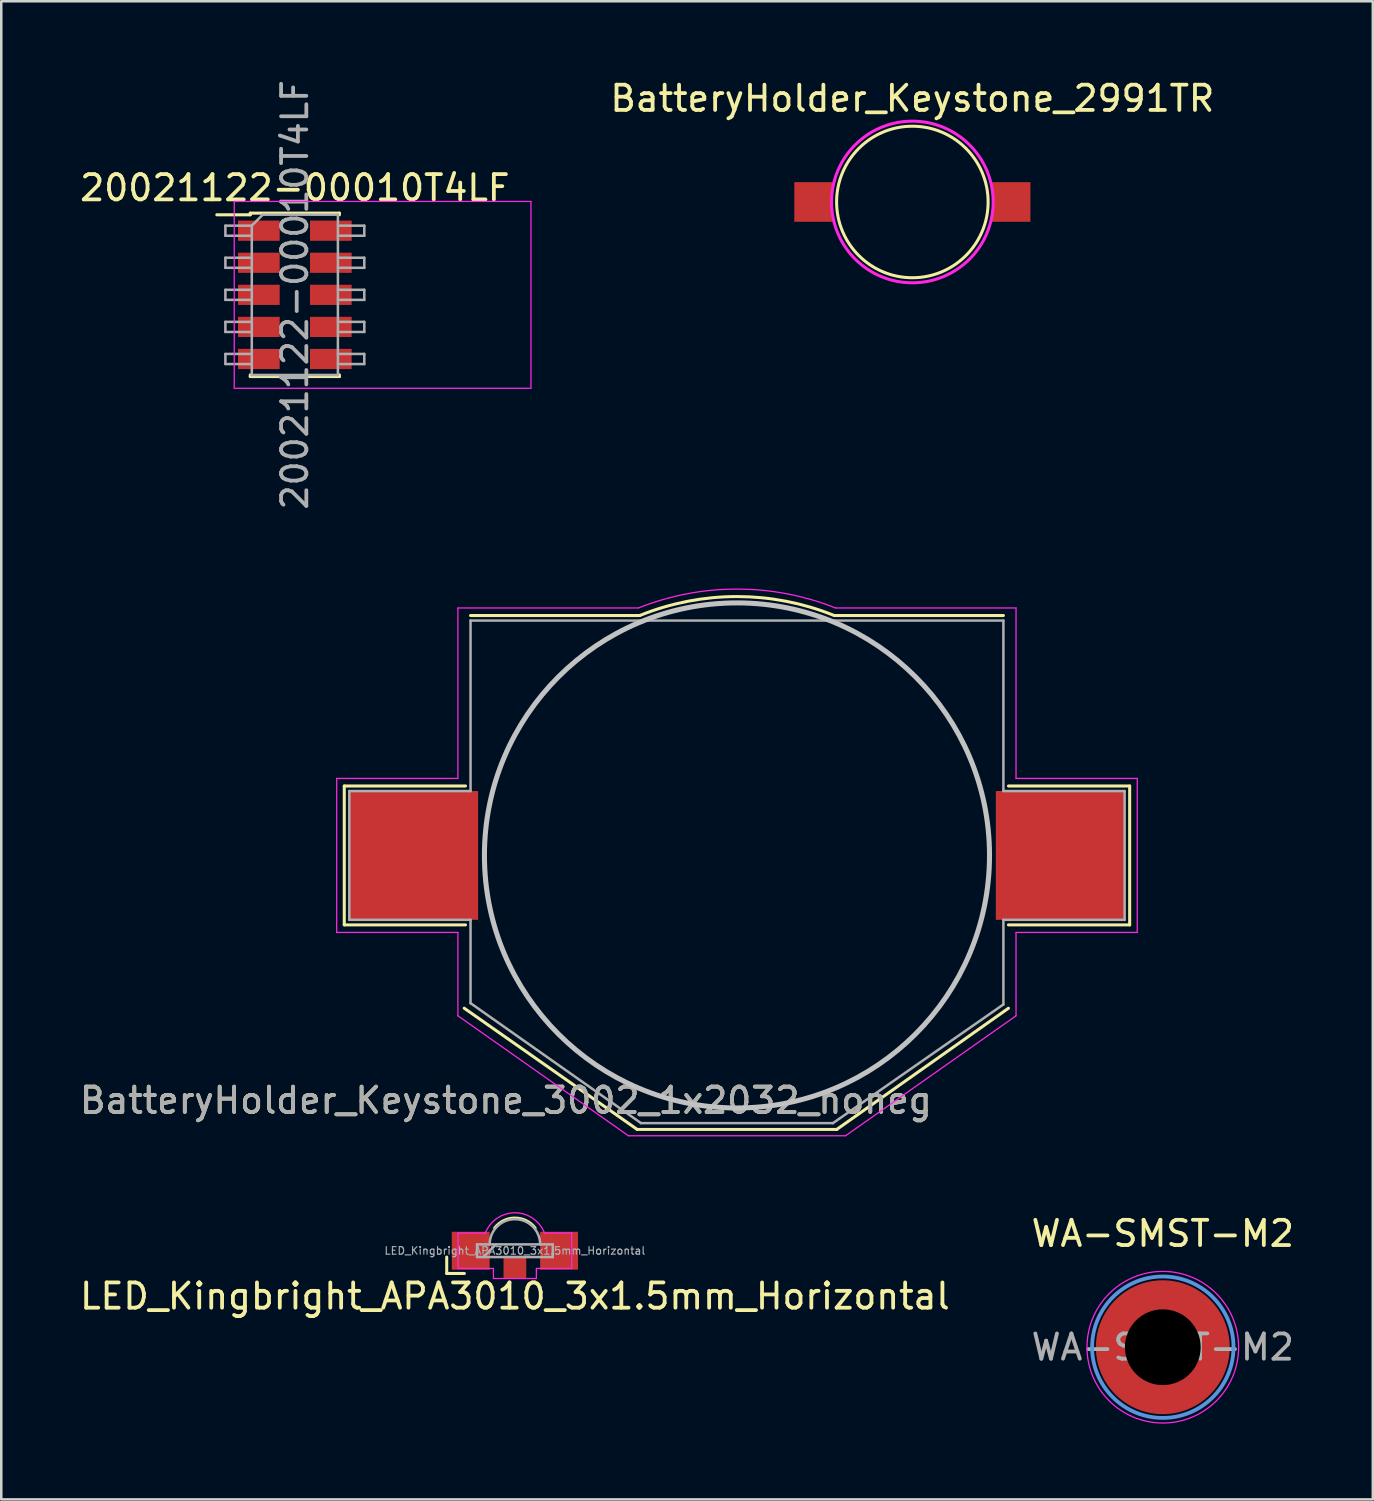
<source format=kicad_pcb>
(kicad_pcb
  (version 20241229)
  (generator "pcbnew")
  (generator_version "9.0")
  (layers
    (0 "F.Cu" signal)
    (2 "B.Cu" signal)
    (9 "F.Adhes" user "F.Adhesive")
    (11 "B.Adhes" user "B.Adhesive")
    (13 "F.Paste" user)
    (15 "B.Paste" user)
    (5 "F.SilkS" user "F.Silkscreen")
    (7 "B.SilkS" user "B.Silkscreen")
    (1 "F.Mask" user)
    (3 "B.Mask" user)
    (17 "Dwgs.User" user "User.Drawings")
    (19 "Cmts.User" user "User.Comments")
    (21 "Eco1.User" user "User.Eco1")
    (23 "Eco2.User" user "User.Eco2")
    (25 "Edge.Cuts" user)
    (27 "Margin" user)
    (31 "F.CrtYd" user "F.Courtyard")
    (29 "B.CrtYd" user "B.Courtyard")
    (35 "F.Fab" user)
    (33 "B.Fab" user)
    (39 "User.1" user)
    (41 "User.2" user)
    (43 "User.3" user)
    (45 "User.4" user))
  (footprint "20021122-00010T4LF"
    (layer "F.Cu")
    (at 8.625 8.625)
    (property "Reference" "20021122-00010T4LF" (at 0 -4.235 0) (layer "F.SilkS") (effects (font (size 1 1) (thickness 0.15))))
    (attr smd)
    (fp_line (start -3.09 -3.17) (end -1.765 -3.17) (stroke (width 0.12) (type solid)) (layer "F.SilkS"))
    (fp_line (start -1.765 -3.235) (end -1.765 -3.17) (stroke (width 0.12) (type solid)) (layer "F.SilkS"))
    (fp_line (start -1.765 -3.235) (end 1.765 -3.235) (stroke (width 0.12) (type solid)) (layer "F.SilkS"))
    (fp_line (start -1.765 3.17) (end -1.765 3.235) (stroke (width 0.12) (type solid)) (layer "F.SilkS"))
    (fp_line (start -1.765 3.235) (end 1.765 3.235) (stroke (width 0.12) (type solid)) (layer "F.SilkS"))
    (fp_line (start 1.765 -3.235) (end 1.765 -3.17) (stroke (width 0.12) (type solid)) (layer "F.SilkS"))
    (fp_line (start 1.765 3.17) (end 1.765 3.235) (stroke (width 0.12) (type solid)) (layer "F.SilkS"))
    (fp_line (start -2.4 -3.7) (end -2.4 3.7) (stroke (width 0.05) (type solid)) (layer "F.CrtYd"))
    (fp_line (start -2.4 3.7) (end 9.35 3.7) (stroke (width 0.05) (type solid)) (layer "F.CrtYd"))
    (fp_line (start 9.35 -3.7) (end -2.4 -3.7) (stroke (width 0.05) (type solid)) (layer "F.CrtYd"))
    (fp_line (start 9.35 3.7) (end 9.35 -3.7) (stroke (width 0.05) (type solid)) (layer "F.CrtYd"))
    (fp_line (start -2.75 -2.74) (end -2.75 -2.34) (stroke (width 0.1) (type solid)) (layer "F.Fab"))
    (fp_line (start -2.75 -2.34) (end -1.705 -2.34) (stroke (width 0.1) (type solid)) (layer "F.Fab"))
    (fp_line (start -2.75 -1.47) (end -2.75 -1.07) (stroke (width 0.1) (type solid)) (layer "F.Fab"))
    (fp_line (start -2.75 -1.07) (end -1.705 -1.07) (stroke (width 0.1) (type solid)) (layer "F.Fab"))
    (fp_line (start -2.75 -0.2) (end -2.75 0.2) (stroke (width 0.1) (type solid)) (layer "F.Fab"))
    (fp_line (start -2.75 0.2) (end -1.705 0.2) (stroke (width 0.1) (type solid)) (layer "F.Fab"))
    (fp_line (start -2.75 1.07) (end -2.75 1.47) (stroke (width 0.1) (type solid)) (layer "F.Fab"))
    (fp_line (start -2.75 1.47) (end -1.705 1.47) (stroke (width 0.1) (type solid)) (layer "F.Fab"))
    (fp_line (start -2.75 2.34) (end -2.75 2.74) (stroke (width 0.1) (type solid)) (layer "F.Fab"))
    (fp_line (start -2.75 2.74) (end -1.705 2.74) (stroke (width 0.1) (type solid)) (layer "F.Fab"))
    (fp_line (start -1.705 -2.74) (end -2.75 -2.74) (stroke (width 0.1) (type solid)) (layer "F.Fab"))
    (fp_line (start -1.705 -2.74) (end -1.27 -3.175) (stroke (width 0.1) (type solid)) (layer "F.Fab"))
    (fp_line (start -1.705 -1.47) (end -2.75 -1.47) (stroke (width 0.1) (type solid)) (layer "F.Fab"))
    (fp_line (start -1.705 -0.2) (end -2.75 -0.2) (stroke (width 0.1) (type solid)) (layer "F.Fab"))
    (fp_line (start -1.705 1.07) (end -2.75 1.07) (stroke (width 0.1) (type solid)) (layer "F.Fab"))
    (fp_line (start -1.705 2.34) (end -2.75 2.34) (stroke (width 0.1) (type solid)) (layer "F.Fab"))
    (fp_line (start -1.705 3.175) (end -1.705 -2.74) (stroke (width 0.1) (type solid)) (layer "F.Fab"))
    (fp_line (start -1.27 -3.175) (end 1.705 -3.175) (stroke (width 0.1) (type solid)) (layer "F.Fab"))
    (fp_line (start 1.705 -3.175) (end 1.705 3.175) (stroke (width 0.1) (type solid)) (layer "F.Fab"))
    (fp_line (start 1.705 -2.74) (end 2.75 -2.74) (stroke (width 0.1) (type solid)) (layer "F.Fab"))
    (fp_line (start 1.705 -1.47) (end 2.75 -1.47) (stroke (width 0.1) (type solid)) (layer "F.Fab"))
    (fp_line (start 1.705 -0.2) (end 2.75 -0.2) (stroke (width 0.1) (type solid)) (layer "F.Fab"))
    (fp_line (start 1.705 1.07) (end 2.75 1.07) (stroke (width 0.1) (type solid)) (layer "F.Fab"))
    (fp_line (start 1.705 2.34) (end 2.75 2.34) (stroke (width 0.1) (type solid)) (layer "F.Fab"))
    (fp_line (start 1.705 3.175) (end -1.705 3.175) (stroke (width 0.1) (type solid)) (layer "F.Fab"))
    (fp_line (start 2.75 -2.74) (end 2.75 -2.34) (stroke (width 0.1) (type solid)) (layer "F.Fab"))
    (fp_line (start 2.75 -2.34) (end 1.705 -2.34) (stroke (width 0.1) (type solid)) (layer "F.Fab"))
    (fp_line (start 2.75 -1.47) (end 2.75 -1.07) (stroke (width 0.1) (type solid)) (layer "F.Fab"))
    (fp_line (start 2.75 -1.07) (end 1.705 -1.07) (stroke (width 0.1) (type solid)) (layer "F.Fab"))
    (fp_line (start 2.75 -0.2) (end 2.75 0.2) (stroke (width 0.1) (type solid)) (layer "F.Fab"))
    (fp_line (start 2.75 0.2) (end 1.705 0.2) (stroke (width 0.1) (type solid)) (layer "F.Fab"))
    (fp_line (start 2.75 1.07) (end 2.75 1.47) (stroke (width 0.1) (type solid)) (layer "F.Fab"))
    (fp_line (start 2.75 1.47) (end 1.705 1.47) (stroke (width 0.1) (type solid)) (layer "F.Fab"))
    (fp_line (start 2.75 2.34) (end 2.75 2.74) (stroke (width 0.1) (type solid)) (layer "F.Fab"))
    (fp_line (start 2.75 2.74) (end 1.705 2.74) (stroke (width 0.1) (type solid)) (layer "F.Fab"))
    (fp_text user "${REFERENCE}" (at 0 0 90) (layer "F.Fab") (effects (font (size 1 1) (thickness 0.15))))
    (pad "1" smd rect (at -1.425 -2.54) (size 1.65 0.8) (layers "F.Cu" "F.Mask" "F.Paste"))
    (pad "2" smd rect (at 1.425 -2.54) (size 1.65 0.8) (layers "F.Cu" "F.Mask" "F.Paste"))
    (pad "3" smd rect (at -1.425 -1.27) (size 1.65 0.8) (layers "F.Cu" "F.Mask" "F.Paste"))
    (pad "4" smd rect (at 1.425 -1.27) (size 1.65 0.8) (layers "F.Cu" "F.Mask" "F.Paste"))
    (pad "5" smd rect (at -1.425 0) (size 1.65 0.8) (layers "F.Cu" "F.Mask" "F.Paste"))
    (pad "6" smd rect (at 1.425 0) (size 1.65 0.8) (layers "F.Cu" "F.Mask" "F.Paste"))
    (pad "7" smd rect (at -1.425 1.27) (size 1.65 0.8) (layers "F.Cu" "F.Mask" "F.Paste"))
    (pad "8" smd rect (at 1.425 1.27) (size 1.65 0.8) (layers "F.Cu" "F.Mask" "F.Paste"))
    (pad "9" smd rect (at -1.425 2.54) (size 1.65 0.8) (layers "F.Cu" "F.Mask" "F.Paste"))
    (pad "10" smd rect (at 1.425 2.54) (size 1.65 0.8) (layers "F.Cu" "F.Mask" "F.Paste")))
  (footprint "LED_Kingbright_APA3010_3x1.5mm_Horizontal"
    (layer "F.Cu")
    (at 17.339 46.476)
    (property "Reference" "LED_Kingbright_APA3010_3x1.5mm_Horizontal" (at 0 1.8 0) (layer "F.SilkS") (effects (font (size 1 1) (thickness 0.15))))
    (attr smd)
    (fp_line (start -2.7 0.25) (end -2.7 0.9) (stroke (width 0.12) (type solid)) (layer "F.SilkS"))
    (fp_line (start -2.7 0.9) (end -2 0.9) (stroke (width 0.12) (type solid)) (layer "F.SilkS"))
    (fp_arc (start -0.8 -0.9) (mid 0 -1.293971) (end 0.8 -0.9) (stroke (width 0.12) (type solid)) (layer "F.SilkS"))
    (fp_line (start -2.25 -0.7) (end -1.17 -0.7) (stroke (width 0.05) (type solid)) (layer "F.CrtYd"))
    (fp_line (start -2.25 0.7) (end -2.25 -0.7) (stroke (width 0.05) (type solid)) (layer "F.CrtYd"))
    (fp_line (start -2.25 0.7) (end -0.85 0.7) (stroke (width 0.05) (type solid)) (layer "F.CrtYd"))
    (fp_line (start -0.85 0.7) (end -0.85 1.1) (stroke (width 0.05) (type solid)) (layer "F.CrtYd"))
    (fp_line (start -0.85 1.1) (end 0.85 1.1) (stroke (width 0.05) (type solid)) (layer "F.CrtYd"))
    (fp_line (start 0.85 0.7) (end 2.25 0.7) (stroke (width 0.05) (type solid)) (layer "F.CrtYd"))
    (fp_line (start 0.85 1.1) (end 0.85 0.7) (stroke (width 0.05) (type solid)) (layer "F.CrtYd"))
    (fp_line (start 2.25 -0.7) (end 1.17 -0.7) (stroke (width 0.05) (type solid)) (layer "F.CrtYd"))
    (fp_line (start 2.25 0.7) (end 2.25 -0.7) (stroke (width 0.05) (type solid)) (layer "F.CrtYd"))
    (fp_arc (start -1.17 -0.7) (mid 0 -1.503555) (end 1.17 -0.7) (stroke (width 0.05) (type solid)) (layer "F.CrtYd"))
    (fp_line (start -1.5 -0.25) (end -1.5 0.25) (stroke (width 0.1) (type solid)) (layer "F.Fab"))
    (fp_line (start -1.5 0.25) (end 1.5 0.25) (stroke (width 0.1) (type solid)) (layer "F.Fab"))
    (fp_line (start -0.75 -0.25) (end -1.25 0.25) (stroke (width 0.1) (type solid)) (layer "F.Fab"))
    (fp_line (start 1.5 -0.25) (end -1.5 -0.25) (stroke (width 0.1) (type solid)) (layer "F.Fab"))
    (fp_line (start 1.5 0.25) (end 1.5 -0.25) (stroke (width 0.1) (type solid)) (layer "F.Fab"))
    (fp_arc (start -1 -0.25) (mid 0 -1.25) (end 1 -0.25) (stroke (width 0.1) (type solid)) (layer "F.Fab"))
    (fp_text user "${REFERENCE}" (at 0 0 0) (layer "F.Fab") (effects (font (size 0.3 0.3) (thickness 0.045))))
    (pad "0" smd rect (at 0 0.65) (size 0.9 0.9) (layers "F.Cu" "F.Mask" "F.Paste"))
    (pad "1" smd rect (at -1.75 0) (size 1.5 1.5) (layers "F.Cu" "F.Mask" "F.Paste"))
    (pad "2" smd rect (at 1.75 0) (size 1.5 1.5) (layers "F.Cu" "F.Mask" "F.Paste")))
  (footprint "BatteryHolder_Keystone_3002_1x2032_noneg"
    (layer "F.Cu")
    (at 26.132 30.823)
    (property "Reference" "BatteryHolder_Keystone_3002_1x2032_noneg" (at -9.15 9.7 0) (layer "F.SilkS") (effects (font (size 1 1) (thickness 0.15))))
    (attr smd)
    (fp_line (start -15.55 -2.75) (end -15.55 2.75) (stroke (width 0.12) (type solid)) (layer "F.SilkS"))
    (fp_line (start -15.55 2.75) (end -10.75 2.75) (stroke (width 0.12) (type solid)) (layer "F.SilkS"))
    (fp_line (start -10.8 6.05) (end -3.95 10.85) (stroke (width 0.12) (type solid)) (layer "F.SilkS"))
    (fp_line (start -10.75 -2.75) (end -15.55 -2.75) (stroke (width 0.12) (type solid)) (layer "F.SilkS"))
    (fp_line (start -10.55 -9.5) (end -3.85 -9.5) (stroke (width 0.12) (type solid)) (layer "F.SilkS"))
    (fp_line (start -3.95 10.85) (end 3.95 10.85) (stroke (width 0.12) (type solid)) (layer "F.SilkS"))
    (fp_line (start 3.95 10.85) (end 10.75 6.05) (stroke (width 0.12) (type solid)) (layer "F.SilkS"))
    (fp_line (start 10.55 -9.5) (end 3.85 -9.5) (stroke (width 0.12) (type solid)) (layer "F.SilkS"))
    (fp_line (start 10.75 2.75) (end 15.55 2.75) (stroke (width 0.12) (type solid)) (layer "F.SilkS"))
    (fp_line (start 15.55 -2.75) (end 10.75 -2.75) (stroke (width 0.12) (type solid)) (layer "F.SilkS"))
    (fp_line (start 15.55 2.75) (end 15.55 -2.75) (stroke (width 0.12) (type solid)) (layer "F.SilkS"))
    (fp_arc (start -3.846385 -9.501464) (mid 0.00195 -10.250487) (end 3.85 -9.5) (stroke (width 0.12) (type solid)) (layer "F.SilkS"))
    (fp_circle (center 0 0) (end 10 0) (stroke (width 0.2) (type solid)) (fill no) (layer "Dwgs.User"))
    (fp_line (start -15.85 -3.05) (end -11.05 -3.05) (stroke (width 0.05) (type solid)) (layer "F.CrtYd"))
    (fp_line (start -15.85 3.05) (end -15.85 -3.05) (stroke (width 0.05) (type solid)) (layer "F.CrtYd"))
    (fp_line (start -11.05 -9.8) (end -3.9 -9.8) (stroke (width 0.05) (type solid)) (layer "F.CrtYd"))
    (fp_line (start -11.05 -3.05) (end -11.05 -9.8) (stroke (width 0.05) (type solid)) (layer "F.CrtYd"))
    (fp_line (start -11.05 3.05) (end -15.85 3.05) (stroke (width 0.05) (type solid)) (layer "F.CrtYd"))
    (fp_line (start -11.05 6.35) (end -11.05 3.05) (stroke (width 0.05) (type solid)) (layer "F.CrtYd"))
    (fp_line (start -4.3 11.1) (end -11.05 6.35) (stroke (width 0.05) (type solid)) (layer "F.CrtYd"))
    (fp_line (start 4.3 11.1) (end -4.3 11.1) (stroke (width 0.05) (type solid)) (layer "F.CrtYd"))
    (fp_line (start 11.05 -9.8) (end 3.9 -9.8) (stroke (width 0.05) (type solid)) (layer "F.CrtYd"))
    (fp_line (start 11.05 -9.8) (end 11.05 -3.05) (stroke (width 0.05) (type solid)) (layer "F.CrtYd"))
    (fp_line (start 11.05 -3.05) (end 15.85 -3.05) (stroke (width 0.05) (type solid)) (layer "F.CrtYd"))
    (fp_line (start 11.05 3.05) (end 11.05 6.35) (stroke (width 0.05) (type solid)) (layer "F.CrtYd"))
    (fp_line (start 11.05 6.35) (end 4.3 11.1) (stroke (width 0.05) (type solid)) (layer "F.CrtYd"))
    (fp_line (start 15.85 -3.05) (end 15.85 3.05) (stroke (width 0.05) (type solid)) (layer "F.CrtYd"))
    (fp_line (start 15.85 3.05) (end 11.05 3.05) (stroke (width 0.05) (type solid)) (layer "F.CrtYd"))
    (fp_arc (start -3.9 -9.8) (mid 0 -10.547512) (end 3.9 -9.8) (stroke (width 0.05) (type solid)) (layer "F.CrtYd"))
    (fp_line (start -15.35 -2.55) (end -15.35 2.55) (stroke (width 0.1) (type solid)) (layer "F.Fab"))
    (fp_line (start -15.35 -2.55) (end -10.55 -2.55) (stroke (width 0.1) (type solid)) (layer "F.Fab"))
    (fp_line (start -15.35 2.55) (end -10.55 2.55) (stroke (width 0.1) (type solid)) (layer "F.Fab"))
    (fp_line (start -10.55 -2.55) (end -10.55 -9.3) (stroke (width 0.1) (type solid)) (layer "F.Fab"))
    (fp_line (start -10.55 2.55) (end -10.55 5.85) (stroke (width 0.1) (type solid)) (layer "F.Fab"))
    (fp_line (start -10.55 5.85) (end -3.8 10.6) (stroke (width 0.1) (type solid)) (layer "F.Fab"))
    (fp_line (start -3.8 10.6) (end 3.8 10.6) (stroke (width 0.1) (type solid)) (layer "F.Fab"))
    (fp_line (start 10.55 -9.3) (end -10.55 -9.3) (stroke (width 0.1) (type solid)) (layer "F.Fab"))
    (fp_line (start 10.55 -2.55) (end 10.55 -9.3) (stroke (width 0.1) (type solid)) (layer "F.Fab"))
    (fp_line (start 10.55 2.55) (end 10.55 5.9) (stroke (width 0.1) (type solid)) (layer "F.Fab"))
    (fp_line (start 10.55 2.55) (end 15.35 2.55) (stroke (width 0.1) (type solid)) (layer "F.Fab"))
    (fp_line (start 10.55 5.9) (end 3.8 10.6) (stroke (width 0.1) (type solid)) (layer "F.Fab"))
    (fp_line (start 15.35 -2.55) (end 10.55 -2.55) (stroke (width 0.1) (type solid)) (layer "F.Fab"))
    (fp_line (start 15.35 2.55) (end 15.35 -2.55) (stroke (width 0.1) (type solid)) (layer "F.Fab"))
    (fp_text user "${REFERENCE}" (at -9.15 9.7 0) (layer "F.Fab") (effects (font (size 1 1) (thickness 0.15))))
    (pad "1" smd rect (at -12.8 0) (size 5.1 5.1) (layers "F.Cu" "F.Mask" "F.Paste"))
    (pad "1" smd rect (at 12.8 0) (size 5.1 5.1) (layers "F.Cu" "F.Mask" "F.Paste")))
  (footprint "BatteryHolder_Keystone_2991TR"
    (layer "F.Cu")
    (at 33.077 4.948)
    (property "Reference" "BatteryHolder_Keystone_2991TR" (at 0 -4.1 0) (unlocked yes) (layer "F.SilkS") (effects (font (size 1 1) (thickness 0.15))))
    (attr smd)
    (fp_circle (center 0 0) (end 3 0) (stroke (width 0.12) (type solid)) (fill no) (layer "F.SilkS"))
    (fp_circle (center 0 0) (end 3.2 0) (stroke (width 0.12) (type solid)) (fill no) (layer "F.CrtYd"))
    (pad "2" smd rect (at -3.915 0) (size 1.52 1.57) (layers "F.Cu" "F.Mask" "F.Paste"))
    (pad "2" smd rect (at 3.915 0) (size 1.52 1.57) (layers "F.Cu" "F.Mask" "F.Paste")))
  (footprint "WA-SMST-M2"
    (layer "F.Cu")
    (at 42.994 50.296)
    (property "Reference" "WA-SMST-M2" (at 0 -4.5 0) (layer "F.SilkS") (effects (font (size 1 1) (thickness 0.15))))
    (attr exclude_from_pos_files exclude_from_bom)
    (fp_poly (pts (arc (start -2.517818 0.317819) (mid -1.798268 1.798268) (end -0.317819 2.517818)) (arc (start -0.317819 1.617819) (mid -1.168905 1.168905) (end -1.617819 0.317819))) (stroke (width 0.12) (type solid)) (fill yes) (layer "F.Paste"))
    (fp_poly (pts (arc (start -0.317819 -2.517818) (mid -1.798268 -1.798268) (end -2.517818 -0.317819)) (arc (start -1.617819 -0.317819) (mid -1.168905 -1.168905) (end -0.317819 -1.617819))) (stroke (width 0.12) (type solid)) (fill yes) (layer "F.Paste"))
    (fp_poly (pts (arc (start 0.317819 2.517818) (mid 1.798268 1.798268) (end 2.517818 0.317819)) (arc (start 1.617819 0.317819) (mid 1.168905 1.168905) (end 0.317819 1.617819))) (stroke (width 0.12) (type solid)) (fill yes) (layer "F.Paste"))
    (fp_poly (pts (arc (start 2.499999 -0.3) (mid 1.780449 -1.780449) (end 0.3 -2.499999)) (arc (start 0.3 -1.6) (mid 1.151086 -1.151086) (end 1.6 -0.3))) (stroke (width 0.12) (type solid)) (fill yes) (layer "F.Paste"))
    (fp_circle (center 0 0) (end 2.8 0) (stroke (width 0.15) (type solid)) (fill no) (layer "Cmts.User"))
    (fp_circle (center 0 0) (end 3 0.1) (stroke (width 0.05) (type solid)) (fill no) (layer "F.CrtYd"))
    (fp_text user "${REFERENCE}" (at 0 0 0) (layer "F.Fab") (effects (font (size 1 1) (thickness 0.15))))
    (pad "" np_thru_hole circle (at 0 0) (size 3 3) (drill 3) (layers "*.Mask"))
    (pad "1" smd circle (at 0 0) (size 5.3 5.3) (layers "F.Cu" "F.Mask")))
  (gr_rect
    (start -3 -3)
    (end 51.31 56.322)
    (stroke (width 0.1) (type default))
    (fill no)
    (layer "Edge.Cuts")))
</source>
